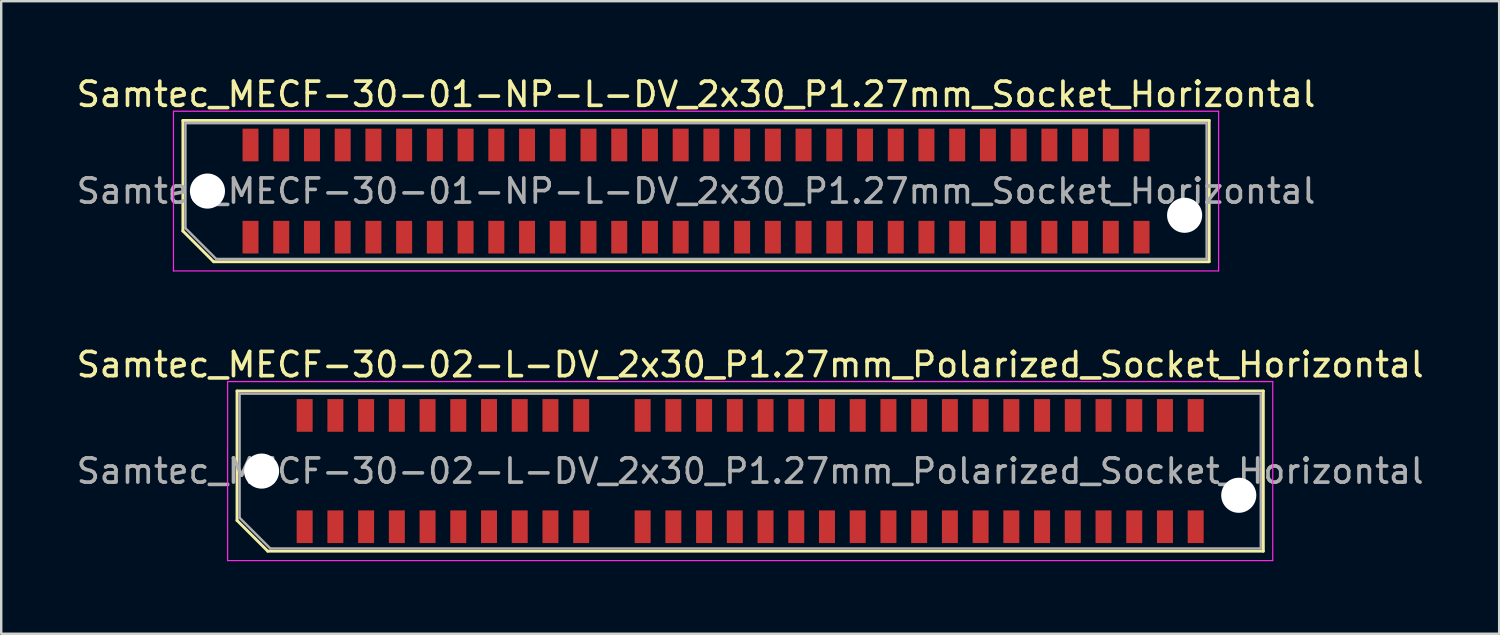
<source format=kicad_pcb>
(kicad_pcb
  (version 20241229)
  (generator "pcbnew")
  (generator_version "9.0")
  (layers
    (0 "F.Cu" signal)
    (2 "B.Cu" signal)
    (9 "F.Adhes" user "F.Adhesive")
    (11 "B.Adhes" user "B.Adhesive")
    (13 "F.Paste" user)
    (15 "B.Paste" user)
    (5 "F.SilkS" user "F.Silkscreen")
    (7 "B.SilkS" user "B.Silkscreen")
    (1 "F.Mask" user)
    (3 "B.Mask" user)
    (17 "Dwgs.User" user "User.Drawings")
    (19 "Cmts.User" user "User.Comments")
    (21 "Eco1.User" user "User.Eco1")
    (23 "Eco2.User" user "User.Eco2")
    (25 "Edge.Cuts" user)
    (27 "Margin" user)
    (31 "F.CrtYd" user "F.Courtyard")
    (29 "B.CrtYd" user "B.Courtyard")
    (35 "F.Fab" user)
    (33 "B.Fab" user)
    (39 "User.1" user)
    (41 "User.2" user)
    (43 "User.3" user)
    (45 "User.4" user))
  (footprint "Samtec_MECF-30-02-L-DV_2x30_P1.27mm_Polarized_Socket_Horizontal"
    (layer "F.Cu")
    (at 27.958 16.422)
    (property "Reference" "Samtec_MECF-30-02-L-DV_2x30_P1.27mm_Polarized_Socket_Horizontal" (at 0 -4.4 0) (layer "F.SilkS") (effects (font (size 1 1) (thickness 0.15))))
    (attr smd)
    (fp_line (start -21.21 -3.31) (end 21.21 -3.31) (stroke (width 0.12) (type solid)) (layer "F.SilkS"))
    (fp_line (start -21.21 2.04) (end -21.21 -3.31) (stroke (width 0.12) (type solid)) (layer "F.SilkS"))
    (fp_line (start -19.94 3.31) (end -21.21 2.04) (stroke (width 0.12) (type solid)) (layer "F.SilkS"))
    (fp_line (start -19.94 3.31) (end 21.21 3.31) (stroke (width 0.12) (type solid)) (layer "F.SilkS"))
    (fp_line (start 21.21 3.31) (end 21.21 -3.31) (stroke (width 0.12) (type solid)) (layer "F.SilkS"))
    (fp_line (start -21.6 -3.7) (end -21.6 3.7) (stroke (width 0.05) (type solid)) (layer "F.CrtYd"))
    (fp_line (start -21.6 3.7) (end 21.6 3.7) (stroke (width 0.05) (type solid)) (layer "F.CrtYd"))
    (fp_line (start 21.6 -3.7) (end -21.6 -3.7) (stroke (width 0.05) (type solid)) (layer "F.CrtYd"))
    (fp_line (start 21.6 3.7) (end 21.6 -3.7) (stroke (width 0.05) (type solid)) (layer "F.CrtYd"))
    (fp_line (start -21.105 -3.2) (end 21.105 -3.2) (stroke (width 0.1) (type solid)) (layer "F.Fab"))
    (fp_line (start -21.105 1.93) (end -21.105 -3.2) (stroke (width 0.1) (type solid)) (layer "F.Fab"))
    (fp_line (start -21.105 1.93) (end -19.835 3.2) (stroke (width 0.1) (type solid)) (layer "F.Fab"))
    (fp_line (start -19.835 3.2) (end 21.105 3.2) (stroke (width 0.1) (type solid)) (layer "F.Fab"))
    (fp_line (start 21.105 3.2) (end 21.105 -3.2) (stroke (width 0.1) (type solid)) (layer "F.Fab"))
    (fp_text user "${REFERENCE}" (at 0 0 0) (layer "F.Fab") (effects (font (size 1 1) (thickness 0.15))))
    (pad "" np_thru_hole circle (at -20.195 0) (size 1.45 1.45) (drill 1.45) (layers "*.Cu" "*.Mask"))
    (pad "" np_thru_hole circle (at 20.195 1) (size 1.45 1.45) (drill 1.45) (layers "*.Cu" "*.Mask"))
    (pad "1" smd rect (at -18.415 2.3) (size 0.66 1.35) (layers "F.Cu" "F.Mask" "F.Paste"))
    (pad "2" smd rect (at -18.415 -2.3) (size 0.66 1.35) (layers "F.Cu" "F.Mask" "F.Paste"))
    (pad "3" smd rect (at -17.145 2.3) (size 0.66 1.35) (layers "F.Cu" "F.Mask" "F.Paste"))
    (pad "4" smd rect (at -17.145 -2.3) (size 0.66 1.35) (layers "F.Cu" "F.Mask" "F.Paste"))
    (pad "5" smd rect (at -15.875 2.3) (size 0.66 1.35) (layers "F.Cu" "F.Mask" "F.Paste"))
    (pad "6" smd rect (at -15.875 -2.3) (size 0.66 1.35) (layers "F.Cu" "F.Mask" "F.Paste"))
    (pad "7" smd rect (at -14.605 2.3) (size 0.66 1.35) (layers "F.Cu" "F.Mask" "F.Paste"))
    (pad "8" smd rect (at -14.605 -2.3) (size 0.66 1.35) (layers "F.Cu" "F.Mask" "F.Paste"))
    (pad "9" smd rect (at -13.335 2.3) (size 0.66 1.35) (layers "F.Cu" "F.Mask" "F.Paste"))
    (pad "10" smd rect (at -13.335 -2.3) (size 0.66 1.35) (layers "F.Cu" "F.Mask" "F.Paste"))
    (pad "11" smd rect (at -12.065 2.3) (size 0.66 1.35) (layers "F.Cu" "F.Mask" "F.Paste"))
    (pad "12" smd rect (at -12.065 -2.3) (size 0.66 1.35) (layers "F.Cu" "F.Mask" "F.Paste"))
    (pad "13" smd rect (at -10.795 2.3) (size 0.66 1.35) (layers "F.Cu" "F.Mask" "F.Paste"))
    (pad "14" smd rect (at -10.795 -2.3) (size 0.66 1.35) (layers "F.Cu" "F.Mask" "F.Paste"))
    (pad "15" smd rect (at -9.525 2.3) (size 0.66 1.35) (layers "F.Cu" "F.Mask" "F.Paste"))
    (pad "16" smd rect (at -9.525 -2.3) (size 0.66 1.35) (layers "F.Cu" "F.Mask" "F.Paste"))
    (pad "17" smd rect (at -8.255 2.3) (size 0.66 1.35) (layers "F.Cu" "F.Mask" "F.Paste"))
    (pad "18" smd rect (at -8.255 -2.3) (size 0.66 1.35) (layers "F.Cu" "F.Mask" "F.Paste"))
    (pad "19" smd rect (at -6.985 2.3) (size 0.66 1.35) (layers "F.Cu" "F.Mask" "F.Paste"))
    (pad "20" smd rect (at -6.985 -2.3) (size 0.66 1.35) (layers "F.Cu" "F.Mask" "F.Paste"))
    (pad "23" smd rect (at -4.445 2.3) (size 0.66 1.35) (layers "F.Cu" "F.Mask" "F.Paste"))
    (pad "24" smd rect (at -4.445 -2.3) (size 0.66 1.35) (layers "F.Cu" "F.Mask" "F.Paste"))
    (pad "25" smd rect (at -3.175 2.3) (size 0.66 1.35) (layers "F.Cu" "F.Mask" "F.Paste"))
    (pad "26" smd rect (at -3.175 -2.3) (size 0.66 1.35) (layers "F.Cu" "F.Mask" "F.Paste"))
    (pad "27" smd rect (at -1.905 2.3) (size 0.66 1.35) (layers "F.Cu" "F.Mask" "F.Paste"))
    (pad "28" smd rect (at -1.905 -2.3) (size 0.66 1.35) (layers "F.Cu" "F.Mask" "F.Paste"))
    (pad "29" smd rect (at -0.635 2.3) (size 0.66 1.35) (layers "F.Cu" "F.Mask" "F.Paste"))
    (pad "30" smd rect (at -0.635 -2.3) (size 0.66 1.35) (layers "F.Cu" "F.Mask" "F.Paste"))
    (pad "31" smd rect (at 0.635 2.3) (size 0.66 1.35) (layers "F.Cu" "F.Mask" "F.Paste"))
    (pad "32" smd rect (at 0.635 -2.3) (size 0.66 1.35) (layers "F.Cu" "F.Mask" "F.Paste"))
    (pad "33" smd rect (at 1.905 2.3) (size 0.66 1.35) (layers "F.Cu" "F.Mask" "F.Paste"))
    (pad "34" smd rect (at 1.905 -2.3) (size 0.66 1.35) (layers "F.Cu" "F.Mask" "F.Paste"))
    (pad "35" smd rect (at 3.175 2.3) (size 0.66 1.35) (layers "F.Cu" "F.Mask" "F.Paste"))
    (pad "36" smd rect (at 3.175 -2.3) (size 0.66 1.35) (layers "F.Cu" "F.Mask" "F.Paste"))
    (pad "37" smd rect (at 4.445 2.3) (size 0.66 1.35) (layers "F.Cu" "F.Mask" "F.Paste"))
    (pad "38" smd rect (at 4.445 -2.3) (size 0.66 1.35) (layers "F.Cu" "F.Mask" "F.Paste"))
    (pad "39" smd rect (at 5.715 2.3) (size 0.66 1.35) (layers "F.Cu" "F.Mask" "F.Paste"))
    (pad "40" smd rect (at 5.715 -2.3) (size 0.66 1.35) (layers "F.Cu" "F.Mask" "F.Paste"))
    (pad "41" smd rect (at 6.985 2.3) (size 0.66 1.35) (layers "F.Cu" "F.Mask" "F.Paste"))
    (pad "42" smd rect (at 6.985 -2.3) (size 0.66 1.35) (layers "F.Cu" "F.Mask" "F.Paste"))
    (pad "43" smd rect (at 8.255 2.3) (size 0.66 1.35) (layers "F.Cu" "F.Mask" "F.Paste"))
    (pad "44" smd rect (at 8.255 -2.3) (size 0.66 1.35) (layers "F.Cu" "F.Mask" "F.Paste"))
    (pad "45" smd rect (at 9.525 2.3) (size 0.66 1.35) (layers "F.Cu" "F.Mask" "F.Paste"))
    (pad "46" smd rect (at 9.525 -2.3) (size 0.66 1.35) (layers "F.Cu" "F.Mask" "F.Paste"))
    (pad "47" smd rect (at 10.795 2.3) (size 0.66 1.35) (layers "F.Cu" "F.Mask" "F.Paste"))
    (pad "48" smd rect (at 10.795 -2.3) (size 0.66 1.35) (layers "F.Cu" "F.Mask" "F.Paste"))
    (pad "49" smd rect (at 12.065 2.3) (size 0.66 1.35) (layers "F.Cu" "F.Mask" "F.Paste"))
    (pad "50" smd rect (at 12.065 -2.3) (size 0.66 1.35) (layers "F.Cu" "F.Mask" "F.Paste"))
    (pad "51" smd rect (at 13.335 2.3) (size 0.66 1.35) (layers "F.Cu" "F.Mask" "F.Paste"))
    (pad "52" smd rect (at 13.335 -2.3) (size 0.66 1.35) (layers "F.Cu" "F.Mask" "F.Paste"))
    (pad "53" smd rect (at 14.605 2.3) (size 0.66 1.35) (layers "F.Cu" "F.Mask" "F.Paste"))
    (pad "54" smd rect (at 14.605 -2.3) (size 0.66 1.35) (layers "F.Cu" "F.Mask" "F.Paste"))
    (pad "55" smd rect (at 15.875 2.3) (size 0.66 1.35) (layers "F.Cu" "F.Mask" "F.Paste"))
    (pad "56" smd rect (at 15.875 -2.3) (size 0.66 1.35) (layers "F.Cu" "F.Mask" "F.Paste"))
    (pad "57" smd rect (at 17.145 2.3) (size 0.66 1.35) (layers "F.Cu" "F.Mask" "F.Paste"))
    (pad "58" smd rect (at 17.145 -2.3) (size 0.66 1.35) (layers "F.Cu" "F.Mask" "F.Paste"))
    (pad "59" smd rect (at 18.415 2.3) (size 0.66 1.35) (layers "F.Cu" "F.Mask" "F.Paste"))
    (pad "60" smd rect (at 18.415 -2.3) (size 0.66 1.35) (layers "F.Cu" "F.Mask" "F.Paste")))
  (footprint "Samtec_MECF-30-01-NP-L-DV_2x30_P1.27mm_Socket_Horizontal"
    (layer "F.Cu")
    (at 25.72 4.848)
    (property "Reference" "Samtec_MECF-30-01-NP-L-DV_2x30_P1.27mm_Socket_Horizontal" (at 0 -4 0) (layer "F.SilkS") (effects (font (size 1 1) (thickness 0.15))))
    (attr smd)
    (fp_line (start -21.21 -2.92) (end 21.21 -2.92) (stroke (width 0.12) (type solid)) (layer "F.SilkS"))
    (fp_line (start -21.21 1.65) (end -21.21 -2.92) (stroke (width 0.12) (type solid)) (layer "F.SilkS"))
    (fp_line (start -19.94 2.92) (end -21.21 1.65) (stroke (width 0.12) (type solid)) (layer "F.SilkS"))
    (fp_line (start -19.94 2.92) (end 21.21 2.92) (stroke (width 0.12) (type solid)) (layer "F.SilkS"))
    (fp_line (start 21.21 2.92) (end 21.21 -2.92) (stroke (width 0.12) (type solid)) (layer "F.SilkS"))
    (fp_line (start -21.6 -3.3) (end -21.6 3.3) (stroke (width 0.05) (type solid)) (layer "F.CrtYd"))
    (fp_line (start -21.6 3.3) (end 21.6 3.3) (stroke (width 0.05) (type solid)) (layer "F.CrtYd"))
    (fp_line (start 21.6 -3.3) (end -21.6 -3.3) (stroke (width 0.05) (type solid)) (layer "F.CrtYd"))
    (fp_line (start 21.6 3.3) (end 21.6 -3.3) (stroke (width 0.05) (type solid)) (layer "F.CrtYd"))
    (fp_line (start -21.105 -2.805) (end 21.105 -2.805) (stroke (width 0.1) (type solid)) (layer "F.Fab"))
    (fp_line (start -21.105 1.535) (end -21.105 -2.805) (stroke (width 0.1) (type solid)) (layer "F.Fab"))
    (fp_line (start -21.105 1.535) (end -19.835 2.805) (stroke (width 0.1) (type solid)) (layer "F.Fab"))
    (fp_line (start -19.835 2.805) (end 21.105 2.805) (stroke (width 0.1) (type solid)) (layer "F.Fab"))
    (fp_line (start 21.105 2.805) (end 21.105 -2.805) (stroke (width 0.1) (type solid)) (layer "F.Fab"))
    (fp_text user "${REFERENCE}" (at 0 0 0) (layer "F.Fab") (effects (font (size 1 1) (thickness 0.15))))
    (pad "" np_thru_hole circle (at -20.195 0) (size 1.45 1.45) (drill 1.45) (layers "*.Cu" "*.Mask"))
    (pad "" np_thru_hole circle (at 20.195 1) (size 1.45 1.45) (drill 1.45) (layers "*.Cu" "*.Mask"))
    (pad "1" smd rect (at -18.415 1.905) (size 0.66 1.35) (layers "F.Cu" "F.Mask" "F.Paste"))
    (pad "2" smd rect (at -18.415 -1.905) (size 0.66 1.35) (layers "F.Cu" "F.Mask" "F.Paste"))
    (pad "3" smd rect (at -17.145 1.905) (size 0.66 1.35) (layers "F.Cu" "F.Mask" "F.Paste"))
    (pad "4" smd rect (at -17.145 -1.905) (size 0.66 1.35) (layers "F.Cu" "F.Mask" "F.Paste"))
    (pad "5" smd rect (at -15.875 1.905) (size 0.66 1.35) (layers "F.Cu" "F.Mask" "F.Paste"))
    (pad "6" smd rect (at -15.875 -1.905) (size 0.66 1.35) (layers "F.Cu" "F.Mask" "F.Paste"))
    (pad "7" smd rect (at -14.605 1.905) (size 0.66 1.35) (layers "F.Cu" "F.Mask" "F.Paste"))
    (pad "8" smd rect (at -14.605 -1.905) (size 0.66 1.35) (layers "F.Cu" "F.Mask" "F.Paste"))
    (pad "9" smd rect (at -13.335 1.905) (size 0.66 1.35) (layers "F.Cu" "F.Mask" "F.Paste"))
    (pad "10" smd rect (at -13.335 -1.905) (size 0.66 1.35) (layers "F.Cu" "F.Mask" "F.Paste"))
    (pad "11" smd rect (at -12.065 1.905) (size 0.66 1.35) (layers "F.Cu" "F.Mask" "F.Paste"))
    (pad "12" smd rect (at -12.065 -1.905) (size 0.66 1.35) (layers "F.Cu" "F.Mask" "F.Paste"))
    (pad "13" smd rect (at -10.795 1.905) (size 0.66 1.35) (layers "F.Cu" "F.Mask" "F.Paste"))
    (pad "14" smd rect (at -10.795 -1.905) (size 0.66 1.35) (layers "F.Cu" "F.Mask" "F.Paste"))
    (pad "15" smd rect (at -9.525 1.905) (size 0.66 1.35) (layers "F.Cu" "F.Mask" "F.Paste"))
    (pad "16" smd rect (at -9.525 -1.905) (size 0.66 1.35) (layers "F.Cu" "F.Mask" "F.Paste"))
    (pad "17" smd rect (at -8.255 1.905) (size 0.66 1.35) (layers "F.Cu" "F.Mask" "F.Paste"))
    (pad "18" smd rect (at -8.255 -1.905) (size 0.66 1.35) (layers "F.Cu" "F.Mask" "F.Paste"))
    (pad "19" smd rect (at -6.985 1.905) (size 0.66 1.35) (layers "F.Cu" "F.Mask" "F.Paste"))
    (pad "20" smd rect (at -6.985 -1.905) (size 0.66 1.35) (layers "F.Cu" "F.Mask" "F.Paste"))
    (pad "21" smd rect (at -5.715 1.905) (size 0.66 1.35) (layers "F.Cu" "F.Mask" "F.Paste"))
    (pad "22" smd rect (at -5.715 -1.905) (size 0.66 1.35) (layers "F.Cu" "F.Mask" "F.Paste"))
    (pad "23" smd rect (at -4.445 1.905) (size 0.66 1.35) (layers "F.Cu" "F.Mask" "F.Paste"))
    (pad "24" smd rect (at -4.445 -1.905) (size 0.66 1.35) (layers "F.Cu" "F.Mask" "F.Paste"))
    (pad "25" smd rect (at -3.175 1.905) (size 0.66 1.35) (layers "F.Cu" "F.Mask" "F.Paste"))
    (pad "26" smd rect (at -3.175 -1.905) (size 0.66 1.35) (layers "F.Cu" "F.Mask" "F.Paste"))
    (pad "27" smd rect (at -1.905 1.905) (size 0.66 1.35) (layers "F.Cu" "F.Mask" "F.Paste"))
    (pad "28" smd rect (at -1.905 -1.905) (size 0.66 1.35) (layers "F.Cu" "F.Mask" "F.Paste"))
    (pad "29" smd rect (at -0.635 1.905) (size 0.66 1.35) (layers "F.Cu" "F.Mask" "F.Paste"))
    (pad "30" smd rect (at -0.635 -1.905) (size 0.66 1.35) (layers "F.Cu" "F.Mask" "F.Paste"))
    (pad "31" smd rect (at 0.635 1.905) (size 0.66 1.35) (layers "F.Cu" "F.Mask" "F.Paste"))
    (pad "32" smd rect (at 0.635 -1.905) (size 0.66 1.35) (layers "F.Cu" "F.Mask" "F.Paste"))
    (pad "33" smd rect (at 1.905 1.905) (size 0.66 1.35) (layers "F.Cu" "F.Mask" "F.Paste"))
    (pad "34" smd rect (at 1.905 -1.905) (size 0.66 1.35) (layers "F.Cu" "F.Mask" "F.Paste"))
    (pad "35" smd rect (at 3.175 1.905) (size 0.66 1.35) (layers "F.Cu" "F.Mask" "F.Paste"))
    (pad "36" smd rect (at 3.175 -1.905) (size 0.66 1.35) (layers "F.Cu" "F.Mask" "F.Paste"))
    (pad "37" smd rect (at 4.445 1.905) (size 0.66 1.35) (layers "F.Cu" "F.Mask" "F.Paste"))
    (pad "38" smd rect (at 4.445 -1.905) (size 0.66 1.35) (layers "F.Cu" "F.Mask" "F.Paste"))
    (pad "39" smd rect (at 5.715 1.905) (size 0.66 1.35) (layers "F.Cu" "F.Mask" "F.Paste"))
    (pad "40" smd rect (at 5.715 -1.905) (size 0.66 1.35) (layers "F.Cu" "F.Mask" "F.Paste"))
    (pad "41" smd rect (at 6.985 1.905) (size 0.66 1.35) (layers "F.Cu" "F.Mask" "F.Paste"))
    (pad "42" smd rect (at 6.985 -1.905) (size 0.66 1.35) (layers "F.Cu" "F.Mask" "F.Paste"))
    (pad "43" smd rect (at 8.255 1.905) (size 0.66 1.35) (layers "F.Cu" "F.Mask" "F.Paste"))
    (pad "44" smd rect (at 8.255 -1.905) (size 0.66 1.35) (layers "F.Cu" "F.Mask" "F.Paste"))
    (pad "45" smd rect (at 9.525 1.905) (size 0.66 1.35) (layers "F.Cu" "F.Mask" "F.Paste"))
    (pad "46" smd rect (at 9.525 -1.905) (size 0.66 1.35) (layers "F.Cu" "F.Mask" "F.Paste"))
    (pad "47" smd rect (at 10.795 1.905) (size 0.66 1.35) (layers "F.Cu" "F.Mask" "F.Paste"))
    (pad "48" smd rect (at 10.795 -1.905) (size 0.66 1.35) (layers "F.Cu" "F.Mask" "F.Paste"))
    (pad "49" smd rect (at 12.065 1.905) (size 0.66 1.35) (layers "F.Cu" "F.Mask" "F.Paste"))
    (pad "50" smd rect (at 12.065 -1.905) (size 0.66 1.35) (layers "F.Cu" "F.Mask" "F.Paste"))
    (pad "51" smd rect (at 13.335 1.905) (size 0.66 1.35) (layers "F.Cu" "F.Mask" "F.Paste"))
    (pad "52" smd rect (at 13.335 -1.905) (size 0.66 1.35) (layers "F.Cu" "F.Mask" "F.Paste"))
    (pad "53" smd rect (at 14.605 1.905) (size 0.66 1.35) (layers "F.Cu" "F.Mask" "F.Paste"))
    (pad "54" smd rect (at 14.605 -1.905) (size 0.66 1.35) (layers "F.Cu" "F.Mask" "F.Paste"))
    (pad "55" smd rect (at 15.875 1.905) (size 0.66 1.35) (layers "F.Cu" "F.Mask" "F.Paste"))
    (pad "56" smd rect (at 15.875 -1.905) (size 0.66 1.35) (layers "F.Cu" "F.Mask" "F.Paste"))
    (pad "57" smd rect (at 17.145 1.905) (size 0.66 1.35) (layers "F.Cu" "F.Mask" "F.Paste"))
    (pad "58" smd rect (at 17.145 -1.905) (size 0.66 1.35) (layers "F.Cu" "F.Mask" "F.Paste"))
    (pad "59" smd rect (at 18.415 1.905) (size 0.66 1.35) (layers "F.Cu" "F.Mask" "F.Paste"))
    (pad "60" smd rect (at 18.415 -1.905) (size 0.66 1.35) (layers "F.Cu" "F.Mask" "F.Paste")))
  (gr_rect
    (start -3 -3)
    (end 58.917 23.146)
    (stroke (width 0.1) (type default))
    (fill no)
    (layer "Edge.Cuts")))
</source>
